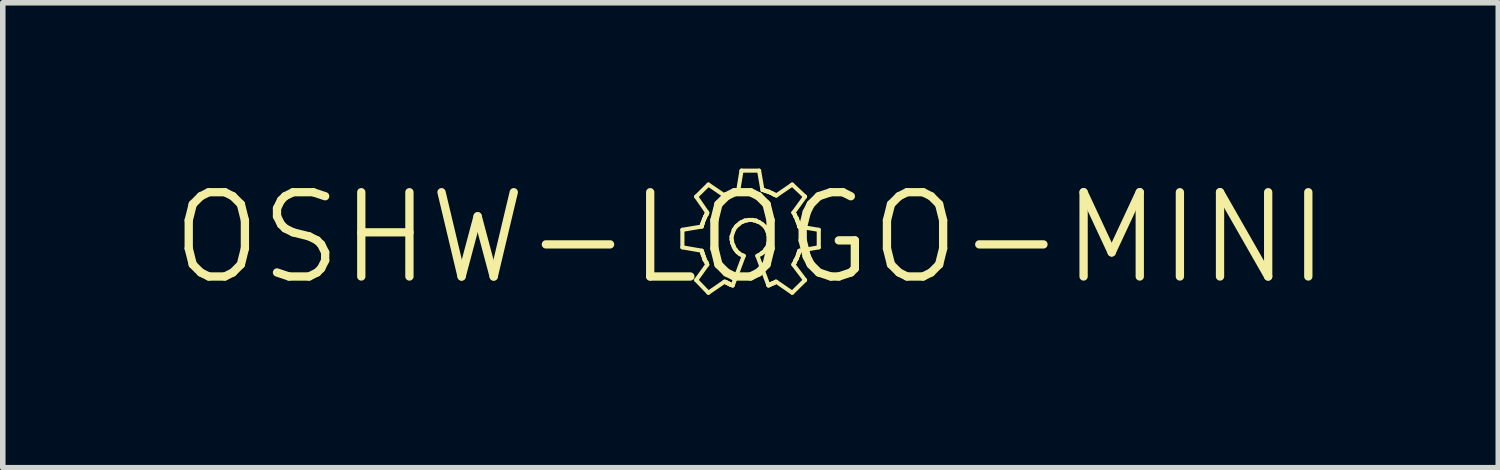
<source format=kicad_pcb>
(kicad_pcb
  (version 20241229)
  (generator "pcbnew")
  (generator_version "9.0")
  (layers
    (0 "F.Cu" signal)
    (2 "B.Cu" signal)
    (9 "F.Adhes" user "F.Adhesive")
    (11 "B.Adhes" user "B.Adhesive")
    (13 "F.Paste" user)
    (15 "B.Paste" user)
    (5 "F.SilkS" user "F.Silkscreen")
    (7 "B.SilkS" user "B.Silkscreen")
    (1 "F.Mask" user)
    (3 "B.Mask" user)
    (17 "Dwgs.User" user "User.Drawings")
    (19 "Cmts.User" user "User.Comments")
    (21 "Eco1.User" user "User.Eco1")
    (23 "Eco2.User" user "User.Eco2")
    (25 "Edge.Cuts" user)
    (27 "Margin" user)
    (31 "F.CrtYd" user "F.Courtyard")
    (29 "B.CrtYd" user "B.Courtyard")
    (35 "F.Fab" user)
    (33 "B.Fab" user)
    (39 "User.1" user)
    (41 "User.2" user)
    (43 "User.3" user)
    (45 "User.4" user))
  (footprint "OSHW-LOGO-MINI"
    (layer "F.Cu")
    (at 10.523 1.253)
    (property "Reference" "OSHW-LOGO-MINI" (at 0 0 0) (layer "F.SilkS") (effects (font (size 1.524 1.524) (thickness 0.15))))
    (attr exclude_from_pos_files exclude_from_bom)
    (fp_line (start -1.232 -0.147) (end -1.232 0.17) (stroke (width 0.074) (type solid)) (layer "F.SilkS"))
    (fp_line (start -1.232 0.17) (end -0.881 0.231) (stroke (width 0.074) (type solid)) (layer "F.SilkS"))
    (fp_line (start -0.983 -0.747) (end -0.782 -0.457) (stroke (width 0.074) (type solid)) (layer "F.SilkS"))
    (fp_line (start -0.983 0.762) (end -0.762 0.991) (stroke (width 0.074) (type solid)) (layer "F.SilkS"))
    (fp_line (start -0.881 -0.226) (end -0.881 -0.206) (stroke (width 0.074) (type solid)) (layer "F.SilkS"))
    (fp_line (start -0.881 -0.206) (end -1.232 -0.147) (stroke (width 0.074) (type solid)) (layer "F.SilkS"))
    (fp_line (start -0.881 0.231) (end -0.881 0.241) (stroke (width 0.074) (type solid)) (layer "F.SilkS"))
    (fp_line (start -0.881 0.241) (end -0.871 0.262) (stroke (width 0.074) (type solid)) (layer "F.SilkS"))
    (fp_line (start -0.871 -0.257) (end -0.871 -0.246) (stroke (width 0.074) (type solid)) (layer "F.SilkS"))
    (fp_line (start -0.871 -0.246) (end -0.881 -0.226) (stroke (width 0.074) (type solid)) (layer "F.SilkS"))
    (fp_line (start -0.871 0.262) (end -0.871 0.282) (stroke (width 0.074) (type solid)) (layer "F.SilkS"))
    (fp_line (start -0.871 0.282) (end -0.861 0.292) (stroke (width 0.074) (type solid)) (layer "F.SilkS"))
    (fp_line (start -0.861 -0.287) (end -0.861 -0.277) (stroke (width 0.074) (type solid)) (layer "F.SilkS"))
    (fp_line (start -0.861 -0.277) (end -0.871 -0.257) (stroke (width 0.074) (type solid)) (layer "F.SilkS"))
    (fp_line (start -0.861 0.292) (end -0.861 0.312) (stroke (width 0.074) (type solid)) (layer "F.SilkS"))
    (fp_line (start -0.861 0.312) (end -0.851 0.323) (stroke (width 0.074) (type solid)) (layer "F.SilkS"))
    (fp_line (start -0.851 0.323) (end -0.843 0.34) (stroke (width 0.074) (type solid)) (layer "F.SilkS"))
    (fp_line (start -0.843 -0.335) (end -0.843 -0.325) (stroke (width 0.074) (type solid)) (layer "F.SilkS"))
    (fp_line (start -0.843 -0.325) (end -0.861 -0.287) (stroke (width 0.074) (type solid)) (layer "F.SilkS"))
    (fp_line (start -0.843 0.34) (end -0.843 0.361) (stroke (width 0.074) (type solid)) (layer "F.SilkS"))
    (fp_line (start -0.843 0.361) (end -0.833 0.371) (stroke (width 0.074) (type solid)) (layer "F.SilkS"))
    (fp_line (start -0.833 -0.356) (end -0.843 -0.335) (stroke (width 0.074) (type solid)) (layer "F.SilkS"))
    (fp_line (start -0.833 0.371) (end -0.833 0.391) (stroke (width 0.074) (type solid)) (layer "F.SilkS"))
    (fp_line (start -0.833 0.391) (end -0.823 0.401) (stroke (width 0.074) (type solid)) (layer "F.SilkS"))
    (fp_line (start -0.823 -0.386) (end -0.823 -0.366) (stroke (width 0.074) (type solid)) (layer "F.SilkS"))
    (fp_line (start -0.823 -0.366) (end -0.833 -0.356) (stroke (width 0.074) (type solid)) (layer "F.SilkS"))
    (fp_line (start -0.823 0.401) (end -0.813 0.422) (stroke (width 0.074) (type solid)) (layer "F.SilkS"))
    (fp_line (start -0.813 -0.396) (end -0.823 -0.386) (stroke (width 0.074) (type solid)) (layer "F.SilkS"))
    (fp_line (start -0.813 0.422) (end -0.803 0.432) (stroke (width 0.074) (type solid)) (layer "F.SilkS"))
    (fp_line (start -0.803 -0.417) (end -0.813 -0.396) (stroke (width 0.074) (type solid)) (layer "F.SilkS"))
    (fp_line (start -0.803 0.432) (end -0.792 0.452) (stroke (width 0.074) (type solid)) (layer "F.SilkS"))
    (fp_line (start -0.792 -0.447) (end -0.792 -0.427) (stroke (width 0.074) (type solid)) (layer "F.SilkS"))
    (fp_line (start -0.792 -0.427) (end -0.803 -0.417) (stroke (width 0.074) (type solid)) (layer "F.SilkS"))
    (fp_line (start -0.792 0.452) (end -0.792 0.462) (stroke (width 0.074) (type solid)) (layer "F.SilkS"))
    (fp_line (start -0.792 0.462) (end -0.782 0.483) (stroke (width 0.074) (type solid)) (layer "F.SilkS"))
    (fp_line (start -0.782 -0.457) (end -0.792 -0.447) (stroke (width 0.074) (type solid)) (layer "F.SilkS"))
    (fp_line (start -0.782 0.483) (end -0.983 0.762) (stroke (width 0.074) (type solid)) (layer "F.SilkS"))
    (fp_line (start -0.762 -0.965) (end -0.983 -0.747) (stroke (width 0.074) (type solid)) (layer "F.SilkS"))
    (fp_line (start -0.762 0.991) (end -0.472 0.792) (stroke (width 0.074) (type solid)) (layer "F.SilkS"))
    (fp_line (start -0.472 -0.767) (end -0.762 -0.965) (stroke (width 0.074) (type solid)) (layer "F.SilkS"))
    (fp_line (start -0.472 0.792) (end -0.462 0.792) (stroke (width 0.074) (type solid)) (layer "F.SilkS"))
    (fp_line (start -0.462 0.792) (end -0.452 0.8) (stroke (width 0.074) (type solid)) (layer "F.SilkS"))
    (fp_line (start -0.452 -0.777) (end -0.472 -0.767) (stroke (width 0.074) (type solid)) (layer "F.SilkS"))
    (fp_line (start -0.452 0.8) (end -0.442 0.8) (stroke (width 0.074) (type solid)) (layer "F.SilkS"))
    (fp_line (start -0.442 -0.785) (end -0.452 -0.777) (stroke (width 0.074) (type solid)) (layer "F.SilkS"))
    (fp_line (start -0.442 0.8) (end -0.432 0.81) (stroke (width 0.074) (type solid)) (layer "F.SilkS"))
    (fp_line (start -0.432 0.81) (end -0.422 0.81) (stroke (width 0.074) (type solid)) (layer "F.SilkS"))
    (fp_line (start -0.422 -0.785) (end -0.442 -0.785) (stroke (width 0.074) (type solid)) (layer "F.SilkS"))
    (fp_line (start -0.422 0.81) (end -0.411 0.82) (stroke (width 0.074) (type solid)) (layer "F.SilkS"))
    (fp_line (start -0.411 -0.795) (end -0.422 -0.785) (stroke (width 0.074) (type solid)) (layer "F.SilkS"))
    (fp_line (start -0.411 0.82) (end -0.401 0.82) (stroke (width 0.074) (type solid)) (layer "F.SilkS"))
    (fp_line (start -0.401 0.82) (end -0.391 0.831) (stroke (width 0.074) (type solid)) (layer "F.SilkS"))
    (fp_line (start -0.391 -0.805) (end -0.411 -0.795) (stroke (width 0.074) (type solid)) (layer "F.SilkS"))
    (fp_line (start -0.391 0.831) (end -0.381 0.831) (stroke (width 0.074) (type solid)) (layer "F.SilkS"))
    (fp_line (start -0.381 -0.815) (end -0.391 -0.805) (stroke (width 0.074) (type solid)) (layer "F.SilkS"))
    (fp_line (start -0.381 0.831) (end -0.373 0.841) (stroke (width 0.074) (type solid)) (layer "F.SilkS"))
    (fp_line (start -0.373 0.841) (end -0.363 0.841) (stroke (width 0.074) (type solid)) (layer "F.SilkS"))
    (fp_line (start -0.363 -0.815) (end -0.381 -0.815) (stroke (width 0.074) (type solid)) (layer "F.SilkS"))
    (fp_line (start -0.363 0.841) (end -0.353 0.851) (stroke (width 0.074) (type solid)) (layer "F.SilkS"))
    (fp_line (start -0.353 -0.826) (end -0.363 -0.815) (stroke (width 0.074) (type solid)) (layer "F.SilkS"))
    (fp_line (start -0.353 0.851) (end -0.333 0.851) (stroke (width 0.074) (type solid)) (layer "F.SilkS"))
    (fp_line (start -0.343 -0.025) (end -0.302 -0.147) (stroke (width 0.074) (type solid)) (layer "F.SilkS"))
    (fp_line (start -0.343 0.03) (end -0.343 -0.025) (stroke (width 0.074) (type solid)) (layer "F.SilkS"))
    (fp_line (start -0.333 -0.836) (end -0.353 -0.826) (stroke (width 0.074) (type solid)) (layer "F.SilkS"))
    (fp_line (start -0.333 0.061) (end -0.343 0.03) (stroke (width 0.074) (type solid)) (layer "F.SilkS"))
    (fp_line (start -0.333 0.091) (end -0.333 0.061) (stroke (width 0.074) (type solid)) (layer "F.SilkS"))
    (fp_line (start -0.333 0.851) (end -0.323 0.861) (stroke (width 0.074) (type solid)) (layer "F.SilkS"))
    (fp_line (start -0.323 -0.836) (end -0.333 -0.836) (stroke (width 0.074) (type solid)) (layer "F.SilkS"))
    (fp_line (start -0.323 0.861) (end -0.122 0.323) (stroke (width 0.074) (type solid)) (layer "F.SilkS"))
    (fp_line (start -0.312 0.132) (end -0.333 0.091) (stroke (width 0.074) (type solid)) (layer "F.SilkS"))
    (fp_line (start -0.302 -0.846) (end -0.323 -0.836) (stroke (width 0.074) (type solid)) (layer "F.SilkS"))
    (fp_line (start -0.302 -0.147) (end -0.262 -0.206) (stroke (width 0.074) (type solid)) (layer "F.SilkS"))
    (fp_line (start -0.302 0.163) (end -0.312 0.132) (stroke (width 0.074) (type solid)) (layer "F.SilkS"))
    (fp_line (start -0.282 -0.846) (end -0.302 -0.846) (stroke (width 0.074) (type solid)) (layer "F.SilkS"))
    (fp_line (start -0.282 0.201) (end -0.302 0.163) (stroke (width 0.074) (type solid)) (layer "F.SilkS"))
    (fp_line (start -0.272 -0.856) (end -0.282 -0.846) (stroke (width 0.074) (type solid)) (layer "F.SilkS"))
    (fp_line (start -0.262 -0.206) (end -0.241 -0.226) (stroke (width 0.074) (type solid)) (layer "F.SilkS"))
    (fp_line (start -0.262 0.221) (end -0.282 0.201) (stroke (width 0.074) (type solid)) (layer "F.SilkS"))
    (fp_line (start -0.251 -0.856) (end -0.272 -0.856) (stroke (width 0.074) (type solid)) (layer "F.SilkS"))
    (fp_line (start -0.251 0.241) (end -0.262 0.221) (stroke (width 0.074) (type solid)) (layer "F.SilkS"))
    (fp_line (start -0.241 -0.226) (end -0.213 -0.246) (stroke (width 0.074) (type solid)) (layer "F.SilkS"))
    (fp_line (start -0.231 -0.866) (end -0.251 -0.856) (stroke (width 0.074) (type solid)) (layer "F.SilkS"))
    (fp_line (start -0.231 0.262) (end -0.251 0.241) (stroke (width 0.074) (type solid)) (layer "F.SilkS"))
    (fp_line (start -0.221 -0.866) (end -0.231 -0.866) (stroke (width 0.074) (type solid)) (layer "F.SilkS"))
    (fp_line (start -0.213 -0.246) (end -0.193 -0.267) (stroke (width 0.074) (type solid)) (layer "F.SilkS"))
    (fp_line (start -0.213 0.272) (end -0.231 0.262) (stroke (width 0.074) (type solid)) (layer "F.SilkS"))
    (fp_line (start -0.193 -0.267) (end -0.163 -0.287) (stroke (width 0.074) (type solid)) (layer "F.SilkS"))
    (fp_line (start -0.193 0.292) (end -0.213 0.272) (stroke (width 0.074) (type solid)) (layer "F.SilkS"))
    (fp_line (start -0.163 -1.217) (end -0.221 -0.866) (stroke (width 0.074) (type solid)) (layer "F.SilkS"))
    (fp_line (start -0.163 -0.287) (end -0.132 -0.297) (stroke (width 0.074) (type solid)) (layer "F.SilkS"))
    (fp_line (start -0.152 0.312) (end -0.193 0.292) (stroke (width 0.074) (type solid)) (layer "F.SilkS"))
    (fp_line (start -0.132 -0.297) (end -0.102 -0.315) (stroke (width 0.074) (type solid)) (layer "F.SilkS"))
    (fp_line (start -0.122 0.323) (end -0.152 0.312) (stroke (width 0.074) (type solid)) (layer "F.SilkS"))
    (fp_line (start -0.102 -0.315) (end -0.071 -0.315) (stroke (width 0.074) (type solid)) (layer "F.SilkS"))
    (fp_line (start -0.071 -0.315) (end -0.033 -0.325) (stroke (width 0.074) (type solid)) (layer "F.SilkS"))
    (fp_line (start -0.033 -0.325) (end 0.036 -0.325) (stroke (width 0.074) (type solid)) (layer "F.SilkS"))
    (fp_line (start 0.036 -0.325) (end 0.066 -0.315) (stroke (width 0.074) (type solid)) (layer "F.SilkS"))
    (fp_line (start 0.066 -0.315) (end 0.097 -0.315) (stroke (width 0.074) (type solid)) (layer "F.SilkS"))
    (fp_line (start 0.097 -0.315) (end 0.124 -0.297) (stroke (width 0.074) (type solid)) (layer "F.SilkS"))
    (fp_line (start 0.124 -0.297) (end 0.155 -0.287) (stroke (width 0.074) (type solid)) (layer "F.SilkS"))
    (fp_line (start 0.124 0.323) (end 0.325 0.861) (stroke (width 0.074) (type solid)) (layer "F.SilkS"))
    (fp_line (start 0.155 -1.217) (end -0.163 -1.217) (stroke (width 0.074) (type solid)) (layer "F.SilkS"))
    (fp_line (start 0.155 -0.287) (end 0.216 -0.246) (stroke (width 0.074) (type solid)) (layer "F.SilkS"))
    (fp_line (start 0.185 0.292) (end 0.124 0.323) (stroke (width 0.074) (type solid)) (layer "F.SilkS"))
    (fp_line (start 0.206 0.272) (end 0.185 0.292) (stroke (width 0.074) (type solid)) (layer "F.SilkS"))
    (fp_line (start 0.216 -0.866) (end 0.155 -1.217) (stroke (width 0.074) (type solid)) (layer "F.SilkS"))
    (fp_line (start 0.216 -0.246) (end 0.257 -0.206) (stroke (width 0.074) (type solid)) (layer "F.SilkS"))
    (fp_line (start 0.226 0.262) (end 0.206 0.272) (stroke (width 0.074) (type solid)) (layer "F.SilkS"))
    (fp_line (start 0.236 -0.866) (end 0.216 -0.866) (stroke (width 0.074) (type solid)) (layer "F.SilkS"))
    (fp_line (start 0.257 -0.856) (end 0.236 -0.866) (stroke (width 0.074) (type solid)) (layer "F.SilkS"))
    (fp_line (start 0.257 -0.206) (end 0.295 -0.147) (stroke (width 0.074) (type solid)) (layer "F.SilkS"))
    (fp_line (start 0.264 -0.856) (end 0.257 -0.856) (stroke (width 0.074) (type solid)) (layer "F.SilkS"))
    (fp_line (start 0.264 0.221) (end 0.226 0.262) (stroke (width 0.074) (type solid)) (layer "F.SilkS"))
    (fp_line (start 0.274 0.201) (end 0.264 0.221) (stroke (width 0.074) (type solid)) (layer "F.SilkS"))
    (fp_line (start 0.284 -0.846) (end 0.264 -0.856) (stroke (width 0.074) (type solid)) (layer "F.SilkS"))
    (fp_line (start 0.295 -0.846) (end 0.284 -0.846) (stroke (width 0.074) (type solid)) (layer "F.SilkS"))
    (fp_line (start 0.295 -0.147) (end 0.305 -0.117) (stroke (width 0.074) (type solid)) (layer "F.SilkS"))
    (fp_line (start 0.295 0.18) (end 0.274 0.201) (stroke (width 0.074) (type solid)) (layer "F.SilkS"))
    (fp_line (start 0.305 -0.117) (end 0.325 -0.086) (stroke (width 0.074) (type solid)) (layer "F.SilkS"))
    (fp_line (start 0.305 0.163) (end 0.295 0.18) (stroke (width 0.074) (type solid)) (layer "F.SilkS"))
    (fp_line (start 0.315 -0.836) (end 0.295 -0.846) (stroke (width 0.074) (type solid)) (layer "F.SilkS"))
    (fp_line (start 0.315 0.132) (end 0.305 0.163) (stroke (width 0.074) (type solid)) (layer "F.SilkS"))
    (fp_line (start 0.325 -0.086) (end 0.325 -0.056) (stroke (width 0.074) (type solid)) (layer "F.SilkS"))
    (fp_line (start 0.325 -0.056) (end 0.335 -0.025) (stroke (width 0.074) (type solid)) (layer "F.SilkS"))
    (fp_line (start 0.325 0.091) (end 0.325 0.112) (stroke (width 0.074) (type solid)) (layer "F.SilkS"))
    (fp_line (start 0.325 0.112) (end 0.315 0.132) (stroke (width 0.074) (type solid)) (layer "F.SilkS"))
    (fp_line (start 0.325 0.851) (end 0.345 0.851) (stroke (width 0.074) (type solid)) (layer "F.SilkS"))
    (fp_line (start 0.325 0.861) (end 0.325 0.851) (stroke (width 0.074) (type solid)) (layer "F.SilkS"))
    (fp_line (start 0.335 -0.836) (end 0.315 -0.836) (stroke (width 0.074) (type solid)) (layer "F.SilkS"))
    (fp_line (start 0.335 -0.025) (end 0.335 0.061) (stroke (width 0.074) (type solid)) (layer "F.SilkS"))
    (fp_line (start 0.335 0.061) (end 0.325 0.091) (stroke (width 0.074) (type solid)) (layer "F.SilkS"))
    (fp_line (start 0.345 -0.826) (end 0.335 -0.836) (stroke (width 0.074) (type solid)) (layer "F.SilkS"))
    (fp_line (start 0.345 0.851) (end 0.356 0.841) (stroke (width 0.074) (type solid)) (layer "F.SilkS"))
    (fp_line (start 0.356 0.841) (end 0.366 0.841) (stroke (width 0.074) (type solid)) (layer "F.SilkS"))
    (fp_line (start 0.366 -0.815) (end 0.345 -0.826) (stroke (width 0.074) (type solid)) (layer "F.SilkS"))
    (fp_line (start 0.366 0.841) (end 0.376 0.831) (stroke (width 0.074) (type solid)) (layer "F.SilkS"))
    (fp_line (start 0.376 -0.815) (end 0.366 -0.815) (stroke (width 0.074) (type solid)) (layer "F.SilkS"))
    (fp_line (start 0.376 0.831) (end 0.386 0.831) (stroke (width 0.074) (type solid)) (layer "F.SilkS"))
    (fp_line (start 0.386 0.831) (end 0.396 0.82) (stroke (width 0.074) (type solid)) (layer "F.SilkS"))
    (fp_line (start 0.396 -0.805) (end 0.376 -0.815) (stroke (width 0.074) (type solid)) (layer "F.SilkS"))
    (fp_line (start 0.396 0.82) (end 0.417 0.82) (stroke (width 0.074) (type solid)) (layer "F.SilkS"))
    (fp_line (start 0.406 -0.795) (end 0.396 -0.805) (stroke (width 0.074) (type solid)) (layer "F.SilkS"))
    (fp_line (start 0.417 0.82) (end 0.424 0.81) (stroke (width 0.074) (type solid)) (layer "F.SilkS"))
    (fp_line (start 0.424 -0.785) (end 0.406 -0.795) (stroke (width 0.074) (type solid)) (layer "F.SilkS"))
    (fp_line (start 0.424 0.81) (end 0.434 0.81) (stroke (width 0.074) (type solid)) (layer "F.SilkS"))
    (fp_line (start 0.434 -0.785) (end 0.424 -0.785) (stroke (width 0.074) (type solid)) (layer "F.SilkS"))
    (fp_line (start 0.434 0.81) (end 0.455 0.792) (stroke (width 0.074) (type solid)) (layer "F.SilkS"))
    (fp_line (start 0.455 -0.777) (end 0.434 -0.785) (stroke (width 0.074) (type solid)) (layer "F.SilkS"))
    (fp_line (start 0.455 0.792) (end 0.465 0.792) (stroke (width 0.074) (type solid)) (layer "F.SilkS"))
    (fp_line (start 0.465 -0.767) (end 0.455 -0.777) (stroke (width 0.074) (type solid)) (layer "F.SilkS"))
    (fp_line (start 0.465 0.792) (end 0.754 0.991) (stroke (width 0.074) (type solid)) (layer "F.SilkS"))
    (fp_line (start 0.754 -0.965) (end 0.465 -0.767) (stroke (width 0.074) (type solid)) (layer "F.SilkS"))
    (fp_line (start 0.754 0.991) (end 0.986 0.762) (stroke (width 0.074) (type solid)) (layer "F.SilkS"))
    (fp_line (start 0.775 -0.457) (end 0.986 -0.747) (stroke (width 0.074) (type solid)) (layer "F.SilkS"))
    (fp_line (start 0.775 0.483) (end 0.785 0.462) (stroke (width 0.074) (type solid)) (layer "F.SilkS"))
    (fp_line (start 0.785 -0.447) (end 0.775 -0.457) (stroke (width 0.074) (type solid)) (layer "F.SilkS"))
    (fp_line (start 0.785 0.462) (end 0.795 0.452) (stroke (width 0.074) (type solid)) (layer "F.SilkS"))
    (fp_line (start 0.795 -0.427) (end 0.785 -0.447) (stroke (width 0.074) (type solid)) (layer "F.SilkS"))
    (fp_line (start 0.795 0.452) (end 0.805 0.432) (stroke (width 0.074) (type solid)) (layer "F.SilkS"))
    (fp_line (start 0.805 -0.417) (end 0.795 -0.427) (stroke (width 0.074) (type solid)) (layer "F.SilkS"))
    (fp_line (start 0.805 -0.396) (end 0.805 -0.417) (stroke (width 0.074) (type solid)) (layer "F.SilkS"))
    (fp_line (start 0.805 0.422) (end 0.815 0.401) (stroke (width 0.074) (type solid)) (layer "F.SilkS"))
    (fp_line (start 0.805 0.432) (end 0.805 0.422) (stroke (width 0.074) (type solid)) (layer "F.SilkS"))
    (fp_line (start 0.815 -0.386) (end 0.805 -0.396) (stroke (width 0.074) (type solid)) (layer "F.SilkS"))
    (fp_line (start 0.815 0.401) (end 0.826 0.391) (stroke (width 0.074) (type solid)) (layer "F.SilkS"))
    (fp_line (start 0.826 -0.366) (end 0.815 -0.386) (stroke (width 0.074) (type solid)) (layer "F.SilkS"))
    (fp_line (start 0.826 0.391) (end 0.836 0.371) (stroke (width 0.074) (type solid)) (layer "F.SilkS"))
    (fp_line (start 0.836 -0.356) (end 0.826 -0.366) (stroke (width 0.074) (type solid)) (layer "F.SilkS"))
    (fp_line (start 0.836 -0.335) (end 0.836 -0.356) (stroke (width 0.074) (type solid)) (layer "F.SilkS"))
    (fp_line (start 0.836 0.361) (end 0.856 0.323) (stroke (width 0.074) (type solid)) (layer "F.SilkS"))
    (fp_line (start 0.836 0.371) (end 0.836 0.361) (stroke (width 0.074) (type solid)) (layer "F.SilkS"))
    (fp_line (start 0.846 -0.325) (end 0.836 -0.335) (stroke (width 0.074) (type solid)) (layer "F.SilkS"))
    (fp_line (start 0.846 -0.307) (end 0.846 -0.325) (stroke (width 0.074) (type solid)) (layer "F.SilkS"))
    (fp_line (start 0.856 -0.287) (end 0.846 -0.307) (stroke (width 0.074) (type solid)) (layer "F.SilkS"))
    (fp_line (start 0.856 0.312) (end 0.866 0.292) (stroke (width 0.074) (type solid)) (layer "F.SilkS"))
    (fp_line (start 0.856 0.323) (end 0.856 0.312) (stroke (width 0.074) (type solid)) (layer "F.SilkS"))
    (fp_line (start 0.866 -0.277) (end 0.856 -0.287) (stroke (width 0.074) (type solid)) (layer "F.SilkS"))
    (fp_line (start 0.866 -0.257) (end 0.866 -0.277) (stroke (width 0.074) (type solid)) (layer "F.SilkS"))
    (fp_line (start 0.866 0.282) (end 0.876 0.262) (stroke (width 0.074) (type solid)) (layer "F.SilkS"))
    (fp_line (start 0.866 0.292) (end 0.866 0.282) (stroke (width 0.074) (type solid)) (layer "F.SilkS"))
    (fp_line (start 0.876 -0.246) (end 0.866 -0.257) (stroke (width 0.074) (type solid)) (layer "F.SilkS"))
    (fp_line (start 0.876 -0.206) (end 0.876 -0.246) (stroke (width 0.074) (type solid)) (layer "F.SilkS"))
    (fp_line (start 0.876 0.241) (end 0.886 0.231) (stroke (width 0.074) (type solid)) (layer "F.SilkS"))
    (fp_line (start 0.876 0.262) (end 0.876 0.241) (stroke (width 0.074) (type solid)) (layer "F.SilkS"))
    (fp_line (start 0.886 0.231) (end 1.234 0.17) (stroke (width 0.074) (type solid)) (layer "F.SilkS"))
    (fp_line (start 0.986 -0.747) (end 0.754 -0.965) (stroke (width 0.074) (type solid)) (layer "F.SilkS"))
    (fp_line (start 0.986 0.762) (end 0.775 0.483) (stroke (width 0.074) (type solid)) (layer "F.SilkS"))
    (fp_line (start 1.234 -0.147) (end 0.876 -0.206) (stroke (width 0.074) (type solid)) (layer "F.SilkS"))
    (fp_line (start 1.234 0.17) (end 1.234 -0.147) (stroke (width 0.074) (type solid)) (layer "F.SilkS")))
  (gr_rect
    (start -3 -3)
    (end 24.046 5.408)
    (stroke (width 0.1) (type default))
    (fill no)
    (layer "Edge.Cuts")))
</source>
